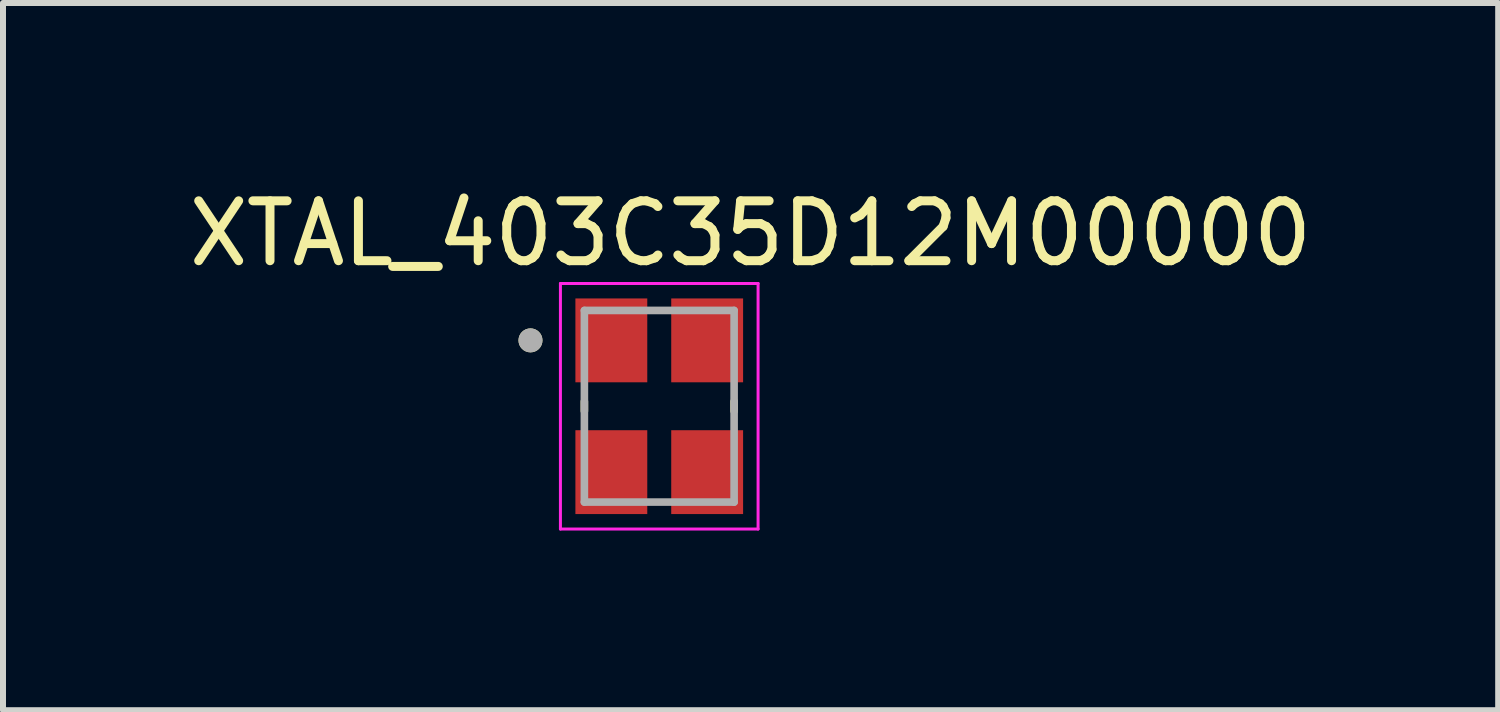
<source format=kicad_pcb>
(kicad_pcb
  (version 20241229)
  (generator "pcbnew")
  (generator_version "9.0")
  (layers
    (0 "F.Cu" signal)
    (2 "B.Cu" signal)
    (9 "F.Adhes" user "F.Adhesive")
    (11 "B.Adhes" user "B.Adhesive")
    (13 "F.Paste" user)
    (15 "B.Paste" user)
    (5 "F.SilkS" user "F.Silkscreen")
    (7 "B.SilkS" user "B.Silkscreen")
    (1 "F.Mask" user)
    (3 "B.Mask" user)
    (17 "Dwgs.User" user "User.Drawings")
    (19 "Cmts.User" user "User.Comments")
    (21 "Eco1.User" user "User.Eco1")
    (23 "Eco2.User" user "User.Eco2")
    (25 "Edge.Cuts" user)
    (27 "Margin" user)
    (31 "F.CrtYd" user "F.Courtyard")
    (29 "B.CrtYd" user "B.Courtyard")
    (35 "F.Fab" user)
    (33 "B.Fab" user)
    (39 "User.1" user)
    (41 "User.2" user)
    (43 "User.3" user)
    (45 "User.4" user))
  (footprint "XTAL_403C35D12M00000"
    (layer "F.Cu")
    (at 7.957 3.733)
    (property "Reference" "XTAL_403C35D12M00000" (at 1.525 -2.885 0) (layer "F.SilkS") (effects (font (size 1 1) (thickness 0.15))))
    (attr smd)
    (fp_line (start -1.25 -0.08) (end -1.25 0.08) (stroke (width 0.127) (type solid)) (layer "F.SilkS"))
    (fp_line (start 1.25 -0.08) (end 1.25 0.08) (stroke (width 0.127) (type solid)) (layer "F.SilkS"))
    (fp_circle (center -2.15 -1.1) (end -2.05 -1.1) (stroke (width 0.2) (type solid)) (fill no) (layer "F.SilkS"))
    (fp_line (start -1.65 -2.05) (end -1.65 2.05) (stroke (width 0.05) (type solid)) (layer "F.CrtYd"))
    (fp_line (start -1.65 -2.05) (end 1.65 -2.05) (stroke (width 0.05) (type solid)) (layer "F.CrtYd"))
    (fp_line (start 1.65 -2.05) (end 1.65 2.05) (stroke (width 0.05) (type solid)) (layer "F.CrtYd"))
    (fp_line (start 1.65 2.05) (end -1.65 2.05) (stroke (width 0.05) (type solid)) (layer "F.CrtYd"))
    (fp_line (start -1.25 -1.6) (end -1.25 1.6) (stroke (width 0.127) (type solid)) (layer "F.Fab"))
    (fp_line (start -1.25 -1.6) (end 1.25 -1.6) (stroke (width 0.127) (type solid)) (layer "F.Fab"))
    (fp_line (start 1.25 -1.6) (end 1.25 1.6) (stroke (width 0.127) (type solid)) (layer "F.Fab"))
    (fp_line (start 1.25 1.6) (end -1.25 1.6) (stroke (width 0.127) (type solid)) (layer "F.Fab"))
    (fp_circle (center -2.15 -1.1) (end -2.05 -1.1) (stroke (width 0.2) (type solid)) (fill no) (layer "F.Fab"))
    (pad "1" smd rect (at -0.8 -1.1) (size 1.2 1.4) (layers "F.Cu" "F.Mask" "F.Paste"))
    (pad "2" smd rect (at -0.8 1.1) (size 1.2 1.4) (layers "F.Cu" "F.Mask" "F.Paste"))
    (pad "3" smd rect (at 0.8 1.1) (size 1.2 1.4) (layers "F.Cu" "F.Mask" "F.Paste"))
    (pad "4" smd rect (at 0.8 -1.1) (size 1.2 1.4) (layers "F.Cu" "F.Mask" "F.Paste")))
  (gr_rect
    (start -3 -3)
    (end 21.964 8.808)
    (stroke (width 0.1) (type default))
    (fill no)
    (layer "Edge.Cuts")))
</source>
